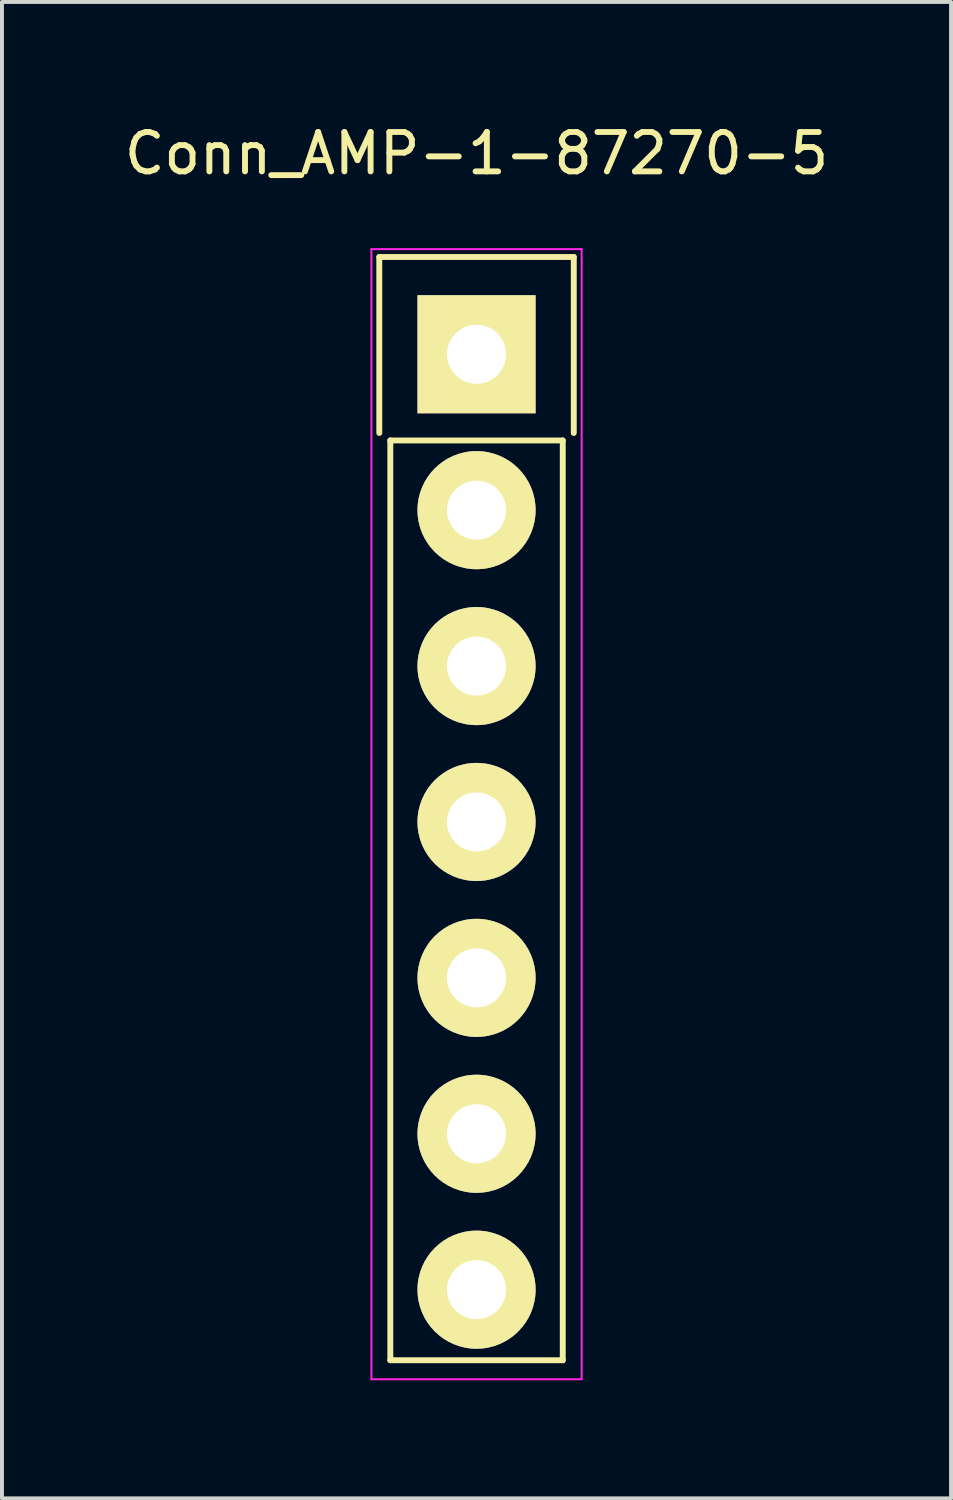
<source format=kicad_pcb>
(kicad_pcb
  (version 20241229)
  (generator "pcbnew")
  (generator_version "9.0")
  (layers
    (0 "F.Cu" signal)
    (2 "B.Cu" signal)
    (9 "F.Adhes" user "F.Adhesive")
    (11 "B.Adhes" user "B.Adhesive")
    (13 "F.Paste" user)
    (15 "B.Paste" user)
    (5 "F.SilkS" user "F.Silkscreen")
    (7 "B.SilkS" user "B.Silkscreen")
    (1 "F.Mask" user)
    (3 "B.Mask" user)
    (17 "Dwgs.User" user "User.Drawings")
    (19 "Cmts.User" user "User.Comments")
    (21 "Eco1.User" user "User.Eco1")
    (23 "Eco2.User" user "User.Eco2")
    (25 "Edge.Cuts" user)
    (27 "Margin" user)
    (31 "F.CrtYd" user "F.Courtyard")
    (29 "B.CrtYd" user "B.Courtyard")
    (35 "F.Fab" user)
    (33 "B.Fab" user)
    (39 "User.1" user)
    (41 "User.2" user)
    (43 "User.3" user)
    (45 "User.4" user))
  (footprint "Conn_AMP-1-87270-5"
    (layer "F.Cu")
    (at 9.054 5.948)
    (property "Reference" "Conn_AMP-1-87270-5" (at 0 -5.1 0) (layer "F.SilkS") (effects (font (size 1 1) (thickness 0.15))))
    (attr through_hole)
    (fp_line (start -2.47 -2.47) (end -2.47 2) (stroke (width 0.15) (type solid)) (layer "F.SilkS"))
    (fp_line (start -2.47 -2.47) (end 2.47 -2.47) (stroke (width 0.15) (type solid)) (layer "F.SilkS"))
    (fp_line (start -2.19 25.552) (end -2.19 2.19) (stroke (width 0.15) (type solid)) (layer "F.SilkS"))
    (fp_line (start 2.19 2.19) (end -2.19 2.19) (stroke (width 0.15) (type solid)) (layer "F.SilkS"))
    (fp_line (start 2.19 2.19) (end 2.19 25.552) (stroke (width 0.15) (type solid)) (layer "F.SilkS"))
    (fp_line (start 2.19 25.552) (end -2.19 25.552) (stroke (width 0.15) (type solid)) (layer "F.SilkS"))
    (fp_line (start 2.47 -2.47) (end 2.47 2) (stroke (width 0.15) (type solid)) (layer "F.SilkS"))
    (fp_line (start -2.67 -2.67) (end -2.67 26.035) (stroke (width 0.05) (type solid)) (layer "F.CrtYd"))
    (fp_line (start -2.67 -2.67) (end 2.67 -2.67) (stroke (width 0.05) (type solid)) (layer "F.CrtYd"))
    (fp_line (start -2.67 26.035) (end 2.67 26.035) (stroke (width 0.05) (type solid)) (layer "F.CrtYd"))
    (fp_line (start 2.67 -2.67) (end 2.67 26.035) (stroke (width 0.05) (type solid)) (layer "F.CrtYd"))
    (pad "1" thru_hole rect (at 0 0) (size 3 3) (drill 1.5) (layers "*.Cu" "*.Mask" "F.SilkS"))
    (pad "2" thru_hole oval (at 0 3.96) (size 3 3) (drill 1.5) (layers "*.Cu" "*.Mask" "F.SilkS"))
    (pad "3" thru_hole oval (at 0 7.92) (size 3 3) (drill 1.5) (layers "*.Cu" "*.Mask" "F.SilkS"))
    (pad "4" thru_hole oval (at 0 11.88) (size 3 3) (drill 1.5) (layers "*.Cu" "*.Mask" "F.SilkS"))
    (pad "5" thru_hole oval (at 0 15.84) (size 3 3) (drill 1.5) (layers "*.Cu" "*.Mask" "F.SilkS"))
    (pad "6" thru_hole oval (at 0 19.8) (size 3 3) (drill 1.5) (layers "*.Cu" "*.Mask" "F.SilkS"))
    (pad "7" thru_hole oval (at 0 23.76) (size 3 3) (drill 1.5) (layers "*.Cu" "*.Mask" "F.SilkS")))
  (gr_rect
    (start -3 -3)
    (end 21.107 35.008)
    (stroke (width 0.1) (type default))
    (fill no)
    (layer "Edge.Cuts")))
</source>
